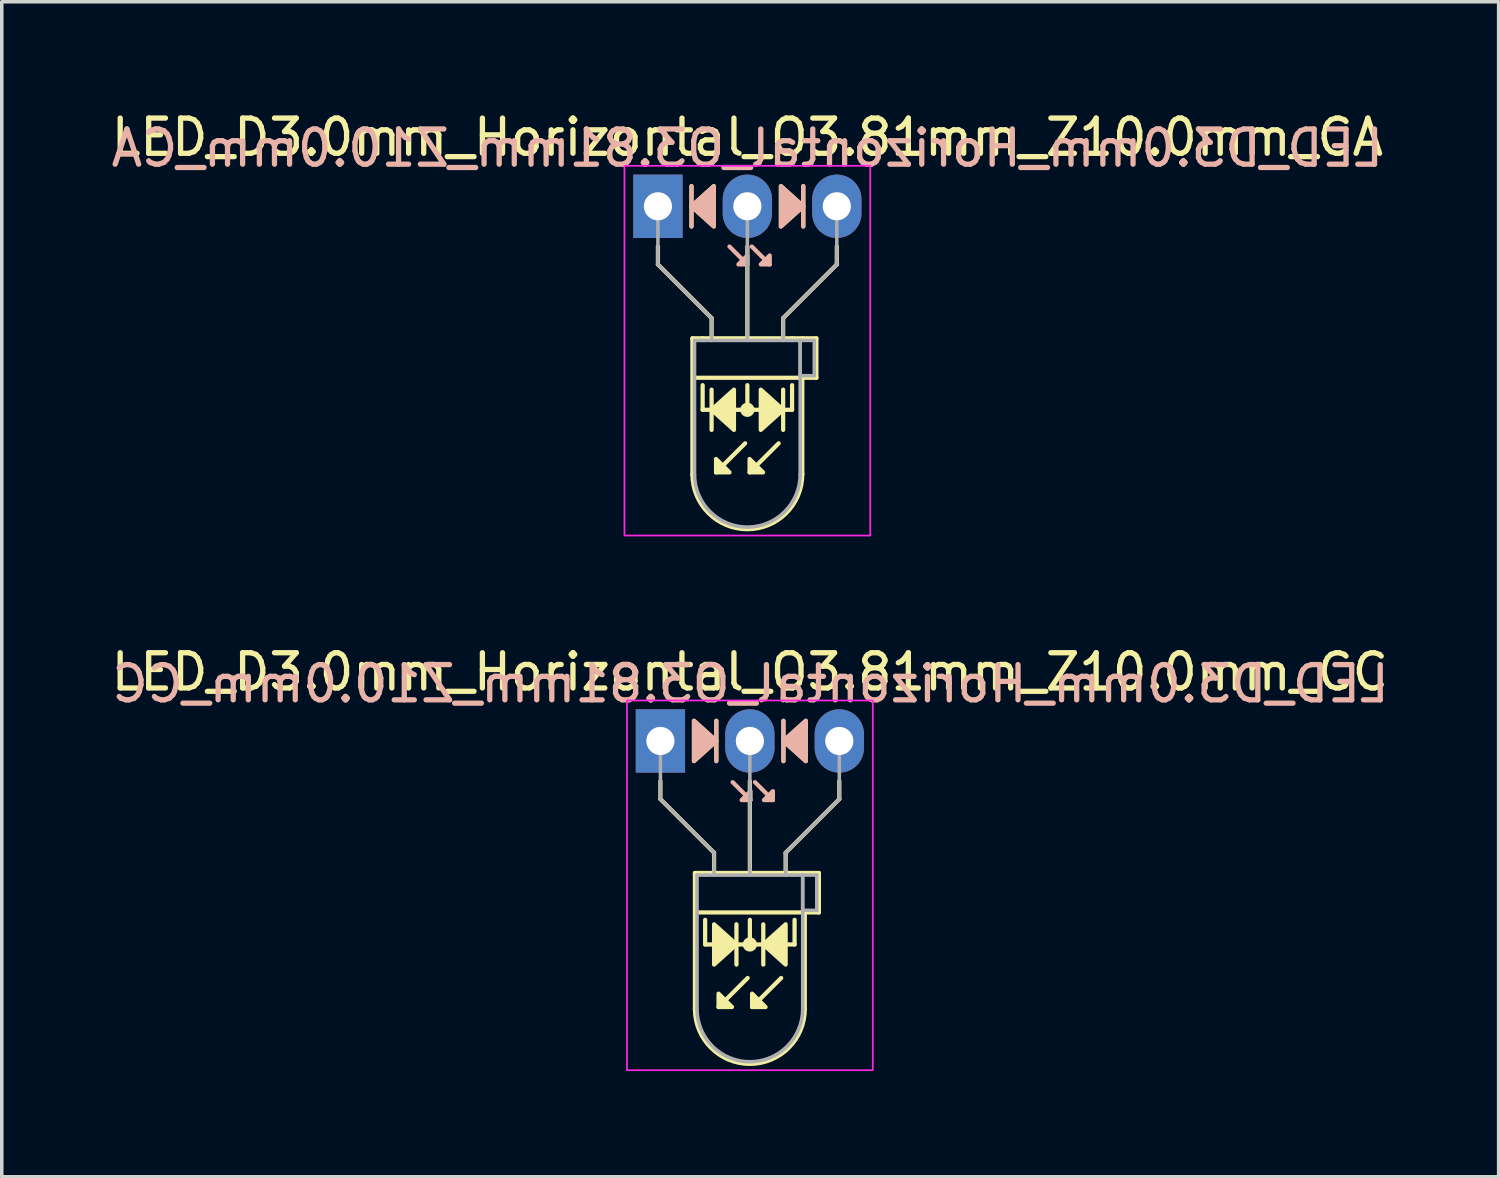
<source format=kicad_pcb>
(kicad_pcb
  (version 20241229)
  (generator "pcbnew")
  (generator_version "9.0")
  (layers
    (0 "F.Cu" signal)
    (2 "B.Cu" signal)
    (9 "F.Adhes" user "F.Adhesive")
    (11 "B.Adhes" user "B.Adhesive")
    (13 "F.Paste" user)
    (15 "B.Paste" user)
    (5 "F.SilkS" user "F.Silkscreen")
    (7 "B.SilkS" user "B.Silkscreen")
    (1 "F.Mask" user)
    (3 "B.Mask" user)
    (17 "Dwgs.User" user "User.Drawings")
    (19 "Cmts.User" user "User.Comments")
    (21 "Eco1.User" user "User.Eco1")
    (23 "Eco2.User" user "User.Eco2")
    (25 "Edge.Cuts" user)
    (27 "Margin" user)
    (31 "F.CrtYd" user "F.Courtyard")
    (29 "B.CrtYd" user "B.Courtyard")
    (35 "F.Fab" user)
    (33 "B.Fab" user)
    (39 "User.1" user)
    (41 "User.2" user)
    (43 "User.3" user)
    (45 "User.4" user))
  (footprint "LED_D3.0mm_Horizontal_O3.81mm_Z10.0mm_CC"
    (layer "F.Cu")
    (at 15.704 17.991)
    (property "Reference" "LED_D3.0mm_Horizontal_O3.81mm_Z10.0mm_CC" (at 2.54 -1.96 0) (layer "F.SilkS") (effects (font (size 1 1) (thickness 0.15))))
    (fp_line (start 0 1.143) (end 0 1.651) (stroke (width 0.12) (type default)) (layer "F.SilkS"))
    (fp_line (start 0 1.651) (end 1.524 3.175) (stroke (width 0.12) (type default)) (layer "F.SilkS"))
    (fp_line (start 0.98 3.75) (end 0.98 7.61) (stroke (width 0.12) (type solid)) (layer "F.SilkS"))
    (fp_line (start 0.98 3.75) (end 4.1 3.75) (stroke (width 0.12) (type solid)) (layer "F.SilkS"))
    (fp_line (start 1.27 3.75) (end 1.27 3.75) (stroke (width 0.12) (type solid)) (layer "F.SilkS"))
    (fp_line (start 1.27 5.779) (end 1.27 5.08) (stroke (width 0.12) (type default)) (layer "F.SilkS"))
    (fp_line (start 1.524 3.175) (end 1.524 3.683) (stroke (width 0.12) (type default)) (layer "F.SilkS"))
    (fp_line (start 1.587 0.572) (end 1.587 -0.572) (stroke (width 0.12) (type solid)) (layer "F.SilkS"))
    (fp_line (start 2.159 6.35) (end 2.159 5.207) (stroke (width 0.12) (type solid)) (layer "F.SilkS"))
    (fp_line (start 2.477 6.731) (end 1.651 7.556) (stroke (width 0.12) (type solid)) (layer "F.SilkS"))
    (fp_line (start 2.54 3.75) (end 2.54 1.143) (stroke (width 0.12) (type default)) (layer "F.SilkS"))
    (fp_line (start 2.54 5.779) (end 2.54 5.08) (stroke (width 0.12) (type default)) (layer "F.SilkS"))
    (fp_line (start 2.921 5.207) (end 2.921 6.35) (stroke (width 0.12) (type solid)) (layer "F.SilkS"))
    (fp_line (start 3.429 6.731) (end 2.603 7.556) (stroke (width 0.12) (type solid)) (layer "F.SilkS"))
    (fp_line (start 3.493 -0.572) (end 3.493 0.572) (stroke (width 0.12) (type solid)) (layer "F.SilkS"))
    (fp_line (start 3.556 3.175) (end 3.556 3.683) (stroke (width 0.12) (type default)) (layer "F.SilkS"))
    (fp_line (start 3.81 3.75) (end 3.81 3.75) (stroke (width 0.12) (type solid)) (layer "F.SilkS"))
    (fp_line (start 3.81 5.779) (end 1.27 5.779) (stroke (width 0.12) (type default)) (layer "F.SilkS"))
    (fp_line (start 3.81 5.779) (end 3.81 5.08) (stroke (width 0.12) (type default)) (layer "F.SilkS"))
    (fp_line (start 4.1 3.75) (end 4.5 3.75) (stroke (width 0.12) (type solid)) (layer "F.SilkS"))
    (fp_line (start 4.1 4.87) (end 4.1 7.61) (stroke (width 0.12) (type solid)) (layer "F.SilkS"))
    (fp_line (start 4.5 3.75) (end 4.5 4.87) (stroke (width 0.12) (type solid)) (layer "F.SilkS"))
    (fp_line (start 4.5 4.87) (end 1.016 4.87) (stroke (width 0.12) (type solid)) (layer "F.SilkS"))
    (fp_line (start 5.08 1.143) (end 5.08 1.651) (stroke (width 0.12) (type default)) (layer "F.SilkS"))
    (fp_line (start 5.08 1.651) (end 3.556 3.175) (stroke (width 0.12) (type default)) (layer "F.SilkS"))
    (fp_arc (start 4.1 7.61) (mid 2.54 9.17) (end 0.98 7.61) (stroke (width 0.12) (type solid)) (layer "F.SilkS"))
    (fp_circle (center 2.54 5.779) (end 2.682 5.779) (stroke (width 0.12) (type solid)) (fill yes) (layer "F.SilkS"))
    (fp_poly (pts (xy 0.953 -0.572) (xy 1.587 0) (xy 0.953 0.572)) (stroke (width 0.12) (type solid)) (fill yes) (layer "F.SilkS"))
    (fp_poly (pts (xy 1.524 5.207) (xy 2.159 5.779) (xy 1.524 6.35)) (stroke (width 0.12) (type solid)) (fill yes) (layer "F.SilkS"))
    (fp_poly (pts (xy 1.651 7.176) (xy 2.032 7.556) (xy 1.651 7.556)) (stroke (width 0.12) (type solid)) (fill yes) (layer "F.SilkS"))
    (fp_poly (pts (xy 2.603 7.176) (xy 2.985 7.556) (xy 2.603 7.556)) (stroke (width 0.12) (type solid)) (fill yes) (layer "F.SilkS"))
    (fp_poly (pts (xy 3.556 6.35) (xy 2.921 5.779) (xy 3.556 5.207)) (stroke (width 0.12) (type solid)) (fill yes) (layer "F.SilkS"))
    (fp_poly (pts (xy 4.128 0.572) (xy 3.493 0) (xy 4.128 -0.572)) (stroke (width 0.12) (type solid)) (fill yes) (layer "F.SilkS"))
    (fp_line (start 1.587 0.572) (end 1.587 -0.572) (stroke (width 0.12) (type solid)) (layer "B.SilkS"))
    (fp_line (start 2.559 1.679) (end 2.051 1.171) (stroke (width 0.12) (type solid)) (layer "B.SilkS"))
    (fp_line (start 3.194 1.679) (end 2.686 1.171) (stroke (width 0.12) (type solid)) (layer "B.SilkS"))
    (fp_line (start 3.493 -0.572) (end 3.493 0.572) (stroke (width 0.12) (type solid)) (layer "B.SilkS"))
    (fp_poly (pts (xy 0.953 0.572) (xy 1.587 0) (xy 0.953 -0.572)) (stroke (width 0.12) (type solid)) (fill yes) (layer "B.SilkS"))
    (fp_poly (pts (xy 2.559 1.425) (xy 2.305 1.679) (xy 2.559 1.679)) (stroke (width 0.12) (type solid)) (fill yes) (layer "B.SilkS"))
    (fp_poly (pts (xy 3.194 1.425) (xy 2.94 1.679) (xy 3.194 1.679)) (stroke (width 0.12) (type solid)) (fill yes) (layer "B.SilkS"))
    (fp_poly (pts (xy 4.128 0.572) (xy 3.493 0) (xy 4.128 -0.572)) (stroke (width 0.12) (type solid)) (fill yes) (layer "B.SilkS"))
    (fp_rect (start -0.95 -1.15) (end 6.03 9.35) (stroke (width 0.05) (type default)) (fill no) (layer "F.CrtYd"))
    (fp_line (start 0 0) (end 0 0) (stroke (width 0.1) (type solid)) (layer "F.Fab"))
    (fp_line (start 0 1.651) (end 0 0) (stroke (width 0.1) (type default)) (layer "F.Fab"))
    (fp_line (start 1.04 3.81) (end 1.04 7.61) (stroke (width 0.1) (type solid)) (layer "F.Fab"))
    (fp_line (start 1.04 3.81) (end 4.04 3.81) (stroke (width 0.1) (type solid)) (layer "F.Fab"))
    (fp_line (start 1.27 3.81) (end 1.27 3.81) (stroke (width 0.1) (type solid)) (layer "F.Fab"))
    (fp_line (start 1.524 3.175) (end 0 1.651) (stroke (width 0.1) (type default)) (layer "F.Fab"))
    (fp_line (start 1.524 3.81) (end 1.524 3.175) (stroke (width 0.1) (type default)) (layer "F.Fab"))
    (fp_line (start 2.54 0) (end 2.54 0) (stroke (width 0.1) (type solid)) (layer "F.Fab"))
    (fp_line (start 2.54 0) (end 2.54 3.81) (stroke (width 0.1) (type default)) (layer "F.Fab"))
    (fp_line (start 3.556 3.175) (end 5.08 1.651) (stroke (width 0.1) (type default)) (layer "F.Fab"))
    (fp_line (start 3.556 3.81) (end 3.556 3.175) (stroke (width 0.1) (type default)) (layer "F.Fab"))
    (fp_line (start 3.81 3.81) (end 3.81 3.81) (stroke (width 0.1) (type solid)) (layer "F.Fab"))
    (fp_line (start 4.04 3.81) (end 4.04 7.61) (stroke (width 0.1) (type solid)) (layer "F.Fab"))
    (fp_line (start 4.04 3.81) (end 4.44 3.81) (stroke (width 0.1) (type solid)) (layer "F.Fab"))
    (fp_line (start 4.04 4.81) (end 4.04 3.81) (stroke (width 0.1) (type solid)) (layer "F.Fab"))
    (fp_line (start 4.44 3.81) (end 4.44 4.81) (stroke (width 0.1) (type solid)) (layer "F.Fab"))
    (fp_line (start 4.44 4.81) (end 4.04 4.81) (stroke (width 0.1) (type solid)) (layer "F.Fab"))
    (fp_line (start 5.08 1.651) (end 5.08 0) (stroke (width 0.1) (type default)) (layer "F.Fab"))
    (fp_arc (start 4.04 7.61) (mid 2.54 9.11) (end 1.04 7.61) (stroke (width 0.1) (type solid)) (layer "F.Fab"))
    (fp_text user "${REFERENCE}" (at 2.559 -1.623 0) (layer "B.SilkS") (effects (font (size 1 1) (thickness 0.15)) (justify mirror)))
    (pad "1" thru_hole rect (at 0 0) (size 1.4 1.8) (drill 0.8) (layers "*.Cu" "*.Mask"))
    (pad "2" thru_hole oval (at 2.54 0) (size 1.4 1.8) (drill 0.8) (layers "*.Cu" "*.Mask"))
    (pad "3" thru_hole oval (at 5.08 0) (size 1.4 1.8) (drill 0.8) (layers "*.Cu" "*.Mask")))
  (footprint "LED_D3.0mm_Horizontal_O3.81mm_Z10.0mm_CA"
    (layer "F.Cu")
    (at 15.633 2.808)
    (property "Reference" "LED_D3.0mm_Horizontal_O3.81mm_Z10.0mm_CA" (at 2.54 -1.96 0) (layer "F.SilkS") (effects (font (size 1 1) (thickness 0.15))))
    (fp_line (start 0 1.143) (end 0 1.651) (stroke (width 0.12) (type default)) (layer "F.SilkS"))
    (fp_line (start 0 1.651) (end 1.524 3.175) (stroke (width 0.12) (type default)) (layer "F.SilkS"))
    (fp_line (start 0.953 -0.572) (end 0.953 0.572) (stroke (width 0.12) (type solid)) (layer "F.SilkS"))
    (fp_line (start 0.98 3.75) (end 0.98 7.61) (stroke (width 0.12) (type solid)) (layer "F.SilkS"))
    (fp_line (start 0.98 3.75) (end 4.1 3.75) (stroke (width 0.12) (type solid)) (layer "F.SilkS"))
    (fp_line (start 1.27 3.75) (end 1.27 3.75) (stroke (width 0.12) (type solid)) (layer "F.SilkS"))
    (fp_line (start 1.27 5.779) (end 1.27 5.08) (stroke (width 0.12) (type default)) (layer "F.SilkS"))
    (fp_line (start 1.524 3.175) (end 1.524 3.683) (stroke (width 0.12) (type default)) (layer "F.SilkS"))
    (fp_line (start 1.524 5.207) (end 1.524 6.35) (stroke (width 0.12) (type solid)) (layer "F.SilkS"))
    (fp_line (start 2.477 6.731) (end 1.651 7.556) (stroke (width 0.12) (type solid)) (layer "F.SilkS"))
    (fp_line (start 2.54 3.75) (end 2.54 1.143) (stroke (width 0.12) (type default)) (layer "F.SilkS"))
    (fp_line (start 2.54 5.779) (end 2.54 5.08) (stroke (width 0.12) (type default)) (layer "F.SilkS"))
    (fp_line (start 3.429 6.731) (end 2.603 7.556) (stroke (width 0.12) (type solid)) (layer "F.SilkS"))
    (fp_line (start 3.556 3.175) (end 3.556 3.683) (stroke (width 0.12) (type default)) (layer "F.SilkS"))
    (fp_line (start 3.556 6.35) (end 3.556 5.207) (stroke (width 0.12) (type solid)) (layer "F.SilkS"))
    (fp_line (start 3.81 3.75) (end 3.81 3.75) (stroke (width 0.12) (type solid)) (layer "F.SilkS"))
    (fp_line (start 3.81 5.779) (end 1.27 5.779) (stroke (width 0.12) (type default)) (layer "F.SilkS"))
    (fp_line (start 3.81 5.779) (end 3.81 5.08) (stroke (width 0.12) (type default)) (layer "F.SilkS"))
    (fp_line (start 4.1 3.75) (end 4.5 3.75) (stroke (width 0.12) (type solid)) (layer "F.SilkS"))
    (fp_line (start 4.1 4.87) (end 4.1 7.61) (stroke (width 0.12) (type solid)) (layer "F.SilkS"))
    (fp_line (start 4.128 0.572) (end 4.128 -0.572) (stroke (width 0.12) (type solid)) (layer "F.SilkS"))
    (fp_line (start 4.5 3.75) (end 4.5 4.87) (stroke (width 0.12) (type solid)) (layer "F.SilkS"))
    (fp_line (start 4.5 4.87) (end 1.016 4.87) (stroke (width 0.12) (type solid)) (layer "F.SilkS"))
    (fp_line (start 5.08 1.143) (end 5.08 1.651) (stroke (width 0.12) (type default)) (layer "F.SilkS"))
    (fp_line (start 5.08 1.651) (end 3.556 3.175) (stroke (width 0.12) (type default)) (layer "F.SilkS"))
    (fp_arc (start 4.1 7.61) (mid 2.54 9.17) (end 0.98 7.61) (stroke (width 0.12) (type solid)) (layer "F.SilkS"))
    (fp_circle (center 2.54 5.779) (end 2.682 5.779) (stroke (width 0.12) (type solid)) (fill yes) (layer "F.SilkS"))
    (fp_poly (pts (xy 1.587 0.572) (xy 0.953 0) (xy 1.587 -0.572)) (stroke (width 0.12) (type solid)) (fill yes) (layer "F.SilkS"))
    (fp_poly (pts (xy 1.651 7.176) (xy 2.032 7.556) (xy 1.651 7.556)) (stroke (width 0.12) (type solid)) (fill yes) (layer "F.SilkS"))
    (fp_poly (pts (xy 2.159 6.35) (xy 1.524 5.779) (xy 2.159 5.207)) (stroke (width 0.12) (type solid)) (fill yes) (layer "F.SilkS"))
    (fp_poly (pts (xy 2.603 7.176) (xy 2.985 7.556) (xy 2.603 7.556)) (stroke (width 0.12) (type solid)) (fill yes) (layer "F.SilkS"))
    (fp_poly (pts (xy 2.921 5.207) (xy 3.556 5.779) (xy 2.921 6.35)) (stroke (width 0.12) (type solid)) (fill yes) (layer "F.SilkS"))
    (fp_poly (pts (xy 3.493 -0.572) (xy 4.128 0) (xy 3.493 0.572)) (stroke (width 0.12) (type solid)) (fill yes) (layer "F.SilkS"))
    (fp_line (start 0.953 -0.572) (end 0.953 0.572) (stroke (width 0.12) (type solid)) (layer "B.SilkS"))
    (fp_line (start 2.54 1.651) (end 2.032 1.143) (stroke (width 0.12) (type solid)) (layer "B.SilkS"))
    (fp_line (start 3.175 1.651) (end 2.667 1.143) (stroke (width 0.12) (type solid)) (layer "B.SilkS"))
    (fp_line (start 4.128 0.572) (end 4.128 -0.572) (stroke (width 0.12) (type solid)) (layer "B.SilkS"))
    (fp_poly (pts (xy 1.587 0.572) (xy 0.953 0) (xy 1.587 -0.572)) (stroke (width 0.12) (type solid)) (fill yes) (layer "B.SilkS"))
    (fp_poly (pts (xy 2.54 1.397) (xy 2.286 1.651) (xy 2.54 1.651)) (stroke (width 0.12) (type solid)) (fill yes) (layer "B.SilkS"))
    (fp_poly (pts (xy 3.175 1.397) (xy 2.921 1.651) (xy 3.175 1.651)) (stroke (width 0.12) (type solid)) (fill yes) (layer "B.SilkS"))
    (fp_poly (pts (xy 3.493 0.572) (xy 4.128 0) (xy 3.493 -0.572)) (stroke (width 0.12) (type solid)) (fill yes) (layer "B.SilkS"))
    (fp_rect (start -0.95 -1.15) (end 6.03 9.35) (stroke (width 0.05) (type default)) (fill no) (layer "F.CrtYd"))
    (fp_line (start 0 0) (end 0 0) (stroke (width 0.1) (type solid)) (layer "F.Fab"))
    (fp_line (start 0 1.651) (end 0 0) (stroke (width 0.1) (type default)) (layer "F.Fab"))
    (fp_line (start 1.04 3.81) (end 1.04 7.61) (stroke (width 0.1) (type solid)) (layer "F.Fab"))
    (fp_line (start 1.04 3.81) (end 4.04 3.81) (stroke (width 0.1) (type solid)) (layer "F.Fab"))
    (fp_line (start 1.27 3.81) (end 1.27 3.81) (stroke (width 0.1) (type solid)) (layer "F.Fab"))
    (fp_line (start 1.524 3.175) (end 0 1.651) (stroke (width 0.1) (type default)) (layer "F.Fab"))
    (fp_line (start 1.524 3.81) (end 1.524 3.175) (stroke (width 0.1) (type default)) (layer "F.Fab"))
    (fp_line (start 2.54 0) (end 2.54 0) (stroke (width 0.1) (type solid)) (layer "F.Fab"))
    (fp_line (start 2.54 0) (end 2.54 3.81) (stroke (width 0.1) (type default)) (layer "F.Fab"))
    (fp_line (start 3.556 3.175) (end 5.08 1.651) (stroke (width 0.1) (type default)) (layer "F.Fab"))
    (fp_line (start 3.556 3.81) (end 3.556 3.175) (stroke (width 0.1) (type default)) (layer "F.Fab"))
    (fp_line (start 3.81 3.81) (end 3.81 3.81) (stroke (width 0.1) (type solid)) (layer "F.Fab"))
    (fp_line (start 4.04 3.81) (end 4.04 7.61) (stroke (width 0.1) (type solid)) (layer "F.Fab"))
    (fp_line (start 4.04 3.81) (end 4.44 3.81) (stroke (width 0.1) (type solid)) (layer "F.Fab"))
    (fp_line (start 4.04 4.81) (end 4.04 3.81) (stroke (width 0.1) (type solid)) (layer "F.Fab"))
    (fp_line (start 4.44 3.81) (end 4.44 4.81) (stroke (width 0.1) (type solid)) (layer "F.Fab"))
    (fp_line (start 4.44 4.81) (end 4.04 4.81) (stroke (width 0.1) (type solid)) (layer "F.Fab"))
    (fp_line (start 5.08 1.651) (end 5.08 0) (stroke (width 0.1) (type default)) (layer "F.Fab"))
    (fp_arc (start 4.04 7.61) (mid 2.54 9.11) (end 1.04 7.61) (stroke (width 0.1) (type solid)) (layer "F.Fab"))
    (fp_text user "${REFERENCE}" (at 2.54 -1.651 0) (layer "B.SilkS") (effects (font (size 1 1) (thickness 0.15)) (justify mirror)))
    (pad "1" thru_hole rect (at 0 0) (size 1.4 1.8) (drill 0.8) (layers "*.Cu" "*.Mask"))
    (pad "2" thru_hole oval (at 2.54 0) (size 1.4 1.8) (drill 0.8) (layers "*.Cu" "*.Mask"))
    (pad "3" thru_hole oval (at 5.08 0) (size 1.4 1.8) (drill 0.8) (layers "*.Cu" "*.Mask")))
  (gr_rect
    (start -3 -3)
    (end 39.507 30.366)
    (stroke (width 0.1) (type default))
    (fill no)
    (layer "Edge.Cuts")))
</source>
